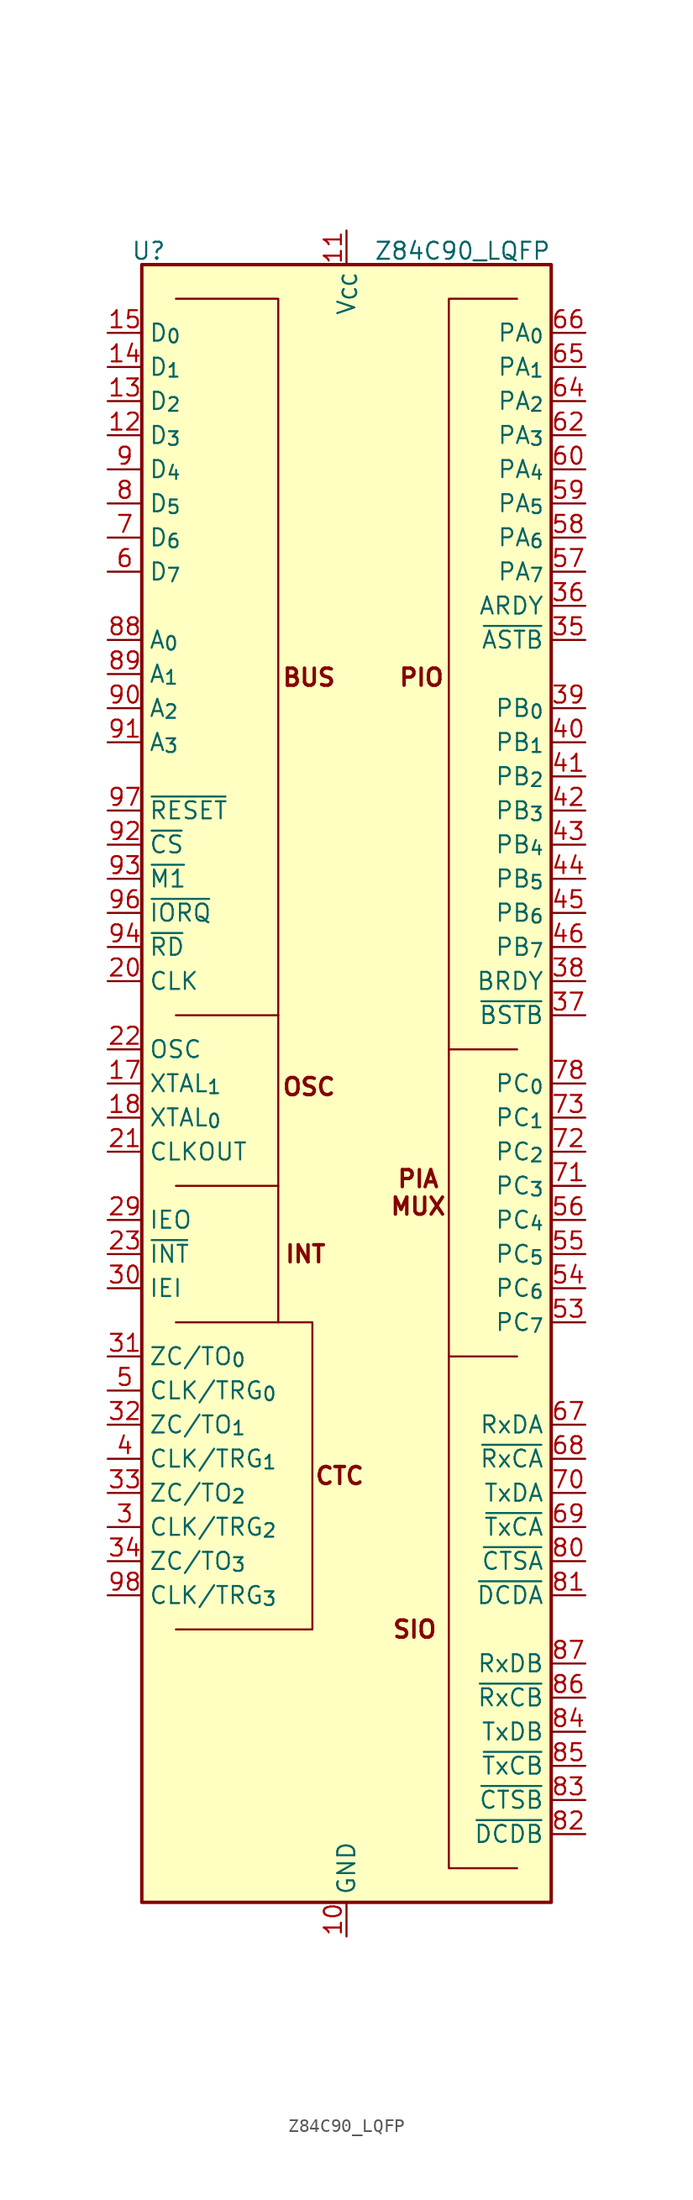
<source format=kicad_sym>
(kicad_symbol_lib
  (version 20241209)
  (generator "kicad_symbol_editor")
  (generator_version "9.0")
  (symbol "Z84C90_LQFP"
    (property "Reference" "U"
      (at -14.732 61.976 0)
      (effects (font (size 1.27 1.27))))
    (property "Value" "Z84C90_LQFP"
      (at 15.24 61.976 0)
      (effects (font (size 1.27 1.27)) (justify right)))
    (symbol "Z84C90_LQFP_0_1"
      (polyline (pts (xy -12.7 -7.62) (xy -5.08 -7.62) (xy -5.08 5.08) (xy -12.7 5.08)) (stroke (width 0) (type default)) (fill (type none)))
      (polyline (pts (xy -5.08 5.08) (xy -5.08 58.42) (xy -12.7 58.42)) (stroke (width 0) (type default)) (fill (type none)))
      (polyline (pts (xy -5.08 -7.62) (xy -5.08 -17.78) (xy -12.7 -17.78)) (stroke (width 0) (type default)) (fill (type none)))
      (polyline (pts (xy -5.08 -17.78) (xy -2.54 -17.78) (xy -2.54 -40.64) (xy -12.7 -40.64)) (stroke (width 0) (type default)) (fill (type none)))
      (polyline (pts (xy 7.62 2.54) (xy 7.62 -20.32) (xy 12.7 -20.32)) (stroke (width 0) (type default)) (fill (type none)))
      (polyline (pts (xy 7.62 -20.32) (xy 7.62 -58.42) (xy 12.7 -58.42)) (stroke (width 0) (type default)) (fill (type none)))
      (polyline (pts (xy 12.7 58.42) (xy 7.62 58.42) (xy 7.62 2.54) (xy 12.7 2.54)) (stroke (width 0) (type default)) (fill (type none))))
    (symbol "Z84C90_LQFP_1_1"
      (rectangle (start -15.24 60.96) (end 15.24 -60.96) (stroke (width 0.254) (type default)) (fill (type background)))
      (text "INT" (at -3.048 -12.7 0) (effects (font (size 1.27 1.27) (thickness 0.254) (bold yes))))
      (text "BUS" (at -2.794 30.226 0) (effects (font (size 1.27 1.27) (thickness 0.254) (bold yes))))
      (text "OSC" (at -2.794 -0.254 0) (effects (font (size 1.27 1.27) (thickness 0.254) (bold yes))))
      (text "CTC" (at -0.508 -29.21 0) (effects (font (size 1.27 1.27) (thickness 0.254) (bold yes))))
      (text "SIO" (at 5.08 -40.64 0) (effects (font (size 1.27 1.27) (thickness 0.254) (bold yes))))
      (text "PIA\nMUX" (at 5.334 -8.128 0) (effects (font (size 1.27 1.27) (thickness 0.254) (bold yes))))
      (text "PIO" (at 5.588 30.226 0) (effects (font (size 1.27 1.27) (thickness 0.254) (bold yes))))
      (pin bidirectional line (at -17.78 55.88 0) (length 2.54) (name "D_{0}" (effects (font (size 1.27 1.27)))) (number "15" (effects (font (size 1.27 1.27)))))
      (pin bidirectional line (at -17.78 53.34 0) (length 2.54) (name "D_{1}" (effects (font (size 1.27 1.27)))) (number "14" (effects (font (size 1.27 1.27)))))
      (pin bidirectional line (at -17.78 50.8 0) (length 2.54) (name "D_{2}" (effects (font (size 1.27 1.27)))) (number "13" (effects (font (size 1.27 1.27)))))
      (pin bidirectional line (at -17.78 48.26 0) (length 2.54) (name "D_{3}" (effects (font (size 1.27 1.27)))) (number "12" (effects (font (size 1.27 1.27)))))
      (pin bidirectional line (at -17.78 45.72 0) (length 2.54) (name "D_{4}" (effects (font (size 1.27 1.27)))) (number "9" (effects (font (size 1.27 1.27)))))
      (pin bidirectional line (at -17.78 43.18 0) (length 2.54) (name "D_{5}" (effects (font (size 1.27 1.27)))) (number "8" (effects (font (size 1.27 1.27)))))
      (pin bidirectional line (at -17.78 40.64 0) (length 2.54) (name "D_{6}" (effects (font (size 1.27 1.27)))) (number "7" (effects (font (size 1.27 1.27)))))
      (pin bidirectional line (at -17.78 38.1 0) (length 2.54) (name "D_{7}" (effects (font (size 1.27 1.27)))) (number "6" (effects (font (size 1.27 1.27)))))
      (pin bidirectional line (at -17.78 33.02 0) (length 2.54) (name "A_{0}" (effects (font (size 1.27 1.27)))) (number "88" (effects (font (size 1.27 1.27)))))
      (pin bidirectional line (at -17.78 30.48 0) (length 2.54) (name "A_{1}" (effects (font (size 1.27 1.27)))) (number "89" (effects (font (size 1.27 1.27)))))
      (pin bidirectional line (at -17.78 27.94 0) (length 2.54) (name "A_{2}" (effects (font (size 1.27 1.27)))) (number "90" (effects (font (size 1.27 1.27)))))
      (pin bidirectional line (at -17.78 25.4 0) (length 2.54) (name "A_{3}" (effects (font (size 1.27 1.27)))) (number "91" (effects (font (size 1.27 1.27)))))
      (pin input line (at -17.78 20.32 0) (length 2.54) (name "~{RESET}" (effects (font (size 1.27 1.27)))) (number "97" (effects (font (size 1.27 1.27)))))
      (pin input line (at -17.78 17.78 0) (length 2.54) (name "~{CS}" (effects (font (size 1.27 1.27)))) (number "92" (effects (font (size 1.27 1.27)))))
      (pin input line (at -17.78 15.24 0) (length 2.54) (name "~{M1}" (effects (font (size 1.27 1.27)))) (number "93" (effects (font (size 1.27 1.27)))))
      (pin input line (at -17.78 12.7 0) (length 2.54) (name "~{IORQ}" (effects (font (size 1.27 1.27)))) (number "96" (effects (font (size 1.27 1.27)))))
      (pin input line (at -17.78 10.16 0) (length 2.54) (name "~{RD}" (effects (font (size 1.27 1.27)))) (number "94" (effects (font (size 1.27 1.27)))))
      (pin input line (at -17.78 7.62 0) (length 2.54) (name "CLK" (effects (font (size 1.27 1.27)))) (number "20" (effects (font (size 1.27 1.27)))))
      (pin output line (at -17.78 2.54 0) (length 2.54) (name "OSC" (effects (font (size 1.27 1.27)))) (number "22" (effects (font (size 1.27 1.27)))))
      (pin input line (at -17.78 0 0) (length 2.54) (name "XTAL_{1}" (effects (font (size 1.27 1.27)))) (number "17" (effects (font (size 1.27 1.27)))))
      (pin output line (at -17.78 -2.54 0) (length 2.54) (name "XTAL_{0}" (effects (font (size 1.27 1.27)))) (number "18" (effects (font (size 1.27 1.27)))))
      (pin output line (at -17.78 -5.08 0) (length 2.54) (name "CLKOUT" (effects (font (size 1.27 1.27)))) (number "21" (effects (font (size 1.27 1.27)))))
      (pin output line (at -17.78 -10.16 0) (length 2.54) (name "IEO" (effects (font (size 1.27 1.27)))) (number "29" (effects (font (size 1.27 1.27)))))
      (pin output line (at -17.78 -12.7 0) (length 2.54) (name "~{INT}" (effects (font (size 1.27 1.27)))) (number "23" (effects (font (size 1.27 1.27)))))
      (pin input line (at -17.78 -15.24 0) (length 2.54) (name "IEI" (effects (font (size 1.27 1.27)))) (number "30" (effects (font (size 1.27 1.27)))))
      (pin output line (at -17.78 -20.32 0) (length 2.54) (name "ZC/TO_{0}" (effects (font (size 1.27 1.27)))) (number "31" (effects (font (size 1.27 1.27)))))
      (pin input line (at -17.78 -22.86 0) (length 2.54) (name "CLK/TRG_{0}" (effects (font (size 1.27 1.27)))) (number "5" (effects (font (size 1.27 1.27)))))
      (pin output line (at -17.78 -25.4 0) (length 2.54) (name "ZC/TO_{1}" (effects (font (size 1.27 1.27)))) (number "32" (effects (font (size 1.27 1.27)))))
      (pin input line (at -17.78 -27.94 0) (length 2.54) (name "CLK/TRG_{1}" (effects (font (size 1.27 1.27)))) (number "4" (effects (font (size 1.27 1.27)))))
      (pin output line (at -17.78 -30.48 0) (length 2.54) (name "ZC/TO_{2}" (effects (font (size 1.27 1.27)))) (number "33" (effects (font (size 1.27 1.27)))))
      (pin input line (at -17.78 -33.02 0) (length 2.54) (name "CLK/TRG_{2}" (effects (font (size 1.27 1.27)))) (number "3" (effects (font (size 1.27 1.27)))))
      (pin output line (at -17.78 -35.56 0) (length 2.54) (name "ZC/TO_{3}" (effects (font (size 1.27 1.27)))) (number "34" (effects (font (size 1.27 1.27)))))
      (pin input line (at -17.78 -38.1 0) (length 2.54) (name "CLK/TRG_{3}" (effects (font (size 1.27 1.27)))) (number "98" (effects (font (size 1.27 1.27)))))
      (pin no_connect line (at -17.78 -40.64 0) (length 2.54) (hide yes) (name "NC" (effects (font (size 1.27 1.27)))) (number "1" (effects (font (size 1.27 1.27)))))
      (pin no_connect line (at -17.78 -43.18 0) (length 2.54) (hide yes) (name "NC" (effects (font (size 1.27 1.27)))) (number "2" (effects (font (size 1.27 1.27)))))
      (pin no_connect line (at -17.78 -45.72 0) (length 2.54) (hide yes) (name "NC" (effects (font (size 1.27 1.27)))) (number "24" (effects (font (size 1.27 1.27)))))
      (pin no_connect line (at -17.78 -48.26 0) (length 2.54) (hide yes) (name "NC" (effects (font (size 1.27 1.27)))) (number "25" (effects (font (size 1.27 1.27)))))
      (pin no_connect line (at -17.78 -50.8 0) (length 2.54) (hide yes) (name "NC" (effects (font (size 1.27 1.27)))) (number "26" (effects (font (size 1.27 1.27)))))
      (pin no_connect line (at -17.78 -53.34 0) (length 2.54) (hide yes) (name "NC" (effects (font (size 1.27 1.27)))) (number "27" (effects (font (size 1.27 1.27)))))
      (pin no_connect line (at -17.78 -55.88 0) (length 2.54) (hide yes) (name "NC" (effects (font (size 1.27 1.27)))) (number "49" (effects (font (size 1.27 1.27)))))
      (pin no_connect line (at -17.78 -58.42 0) (length 2.54) (hide yes) (name "NC" (effects (font (size 1.27 1.27)))) (number "50" (effects (font (size 1.27 1.27)))))
      (pin no_connect line (at -12.7 -63.5 90) (length 2.54) (hide yes) (name "NC" (effects (font (size 1.27 1.27)))) (number "51" (effects (font (size 1.27 1.27)))))
      (pin no_connect line (at -10.16 -63.5 90) (length 2.54) (hide yes) (name "NC" (effects (font (size 1.27 1.27)))) (number "52" (effects (font (size 1.27 1.27)))))
      (pin no_connect line (at -7.62 -63.5 90) (length 2.54) (hide yes) (name "NC" (effects (font (size 1.27 1.27)))) (number "74" (effects (font (size 1.27 1.27)))))
      (pin no_connect line (at -5.08 -63.5 90) (length 2.54) (hide yes) (name "NC" (effects (font (size 1.27 1.27)))) (number "75" (effects (font (size 1.27 1.27)))))
      (pin no_connect line (at -2.54 -63.5 90) (length 2.54) (hide yes) (name "NC" (effects (font (size 1.27 1.27)))) (number "76" (effects (font (size 1.27 1.27)))))
      (pin power_in line (at 0 63.5 270) (length 2.54) (name "V_{CC}" (effects (font (size 1.27 1.27)))) (number "11" (effects (font (size 1.27 1.27)))))
      (pin passive line (at 0 63.5 270) (length 2.54) (hide yes) (name "V_{CC}" (effects (font (size 1.27 1.27)))) (number "16" (effects (font (size 1.27 1.27)))))
      (pin passive line (at 0 63.5 270) (length 2.54) (hide yes) (name "V_{CC}" (effects (font (size 1.27 1.27)))) (number "28" (effects (font (size 1.27 1.27)))))
      (pin passive line (at 0 63.5 270) (length 2.54) (hide yes) (name "V_{CC}" (effects (font (size 1.27 1.27)))) (number "63" (effects (font (size 1.27 1.27)))))
      (pin passive line (at 0 63.5 270) (length 2.54) (hide yes) (name "V_{CC}" (effects (font (size 1.27 1.27)))) (number "95" (effects (font (size 1.27 1.27)))))
      (pin power_in line (at 0 -63.5 90) (length 2.54) (name "GND" (effects (font (size 1.27 1.27)))) (number "10" (effects (font (size 1.27 1.27)))))
      (pin passive line (at 0 -63.5 90) (length 2.54) (hide yes) (name "GND" (effects (font (size 1.27 1.27)))) (number "19" (effects (font (size 1.27 1.27)))))
      (pin passive line (at 0 -63.5 90) (length 2.54) (hide yes) (name "GND" (effects (font (size 1.27 1.27)))) (number "47" (effects (font (size 1.27 1.27)))))
      (pin passive line (at 0 -63.5 90) (length 2.54) (hide yes) (name "GND" (effects (font (size 1.27 1.27)))) (number "48" (effects (font (size 1.27 1.27)))))
      (pin passive line (at 0 -63.5 90) (length 2.54) (hide yes) (name "GND" (effects (font (size 1.27 1.27)))) (number "61" (effects (font (size 1.27 1.27)))))
      (pin passive line (at 0 -63.5 90) (length 2.54) (hide yes) (name "GND" (effects (font (size 1.27 1.27)))) (number "79" (effects (font (size 1.27 1.27)))))
      (pin no_connect line (at 2.54 -63.5 90) (length 2.54) (hide yes) (name "NC" (effects (font (size 1.27 1.27)))) (number "77" (effects (font (size 1.27 1.27)))))
      (pin no_connect line (at 5.08 -63.5 90) (length 2.54) (hide yes) (name "NC" (effects (font (size 1.27 1.27)))) (number "99" (effects (font (size 1.27 1.27)))))
      (pin no_connect line (at 7.62 -63.5 90) (length 2.54) (hide yes) (name "NC" (effects (font (size 1.27 1.27)))) (number "100" (effects (font (size 1.27 1.27)))))
      (pin bidirectional line (at 17.78 55.88 180) (length 2.54) (name "PA_{0}" (effects (font (size 1.27 1.27)))) (number "66" (effects (font (size 1.27 1.27)))))
      (pin bidirectional line (at 17.78 53.34 180) (length 2.54) (name "PA_{1}" (effects (font (size 1.27 1.27)))) (number "65" (effects (font (size 1.27 1.27)))))
      (pin bidirectional line (at 17.78 50.8 180) (length 2.54) (name "PA_{2}" (effects (font (size 1.27 1.27)))) (number "64" (effects (font (size 1.27 1.27)))))
      (pin bidirectional line (at 17.78 48.26 180) (length 2.54) (name "PA_{3}" (effects (font (size 1.27 1.27)))) (number "62" (effects (font (size 1.27 1.27)))))
      (pin bidirectional line (at 17.78 45.72 180) (length 2.54) (name "PA_{4}" (effects (font (size 1.27 1.27)))) (number "60" (effects (font (size 1.27 1.27)))))
      (pin bidirectional line (at 17.78 43.18 180) (length 2.54) (name "PA_{5}" (effects (font (size 1.27 1.27)))) (number "59" (effects (font (size 1.27 1.27)))))
      (pin bidirectional line (at 17.78 40.64 180) (length 2.54) (name "PA_{6}" (effects (font (size 1.27 1.27)))) (number "58" (effects (font (size 1.27 1.27)))))
      (pin bidirectional line (at 17.78 38.1 180) (length 2.54) (name "PA_{7}" (effects (font (size 1.27 1.27)))) (number "57" (effects (font (size 1.27 1.27)))))
      (pin output line (at 17.78 35.56 180) (length 2.54) (name "ARDY" (effects (font (size 1.27 1.27)))) (number "36" (effects (font (size 1.27 1.27)))))
      (pin input line (at 17.78 33.02 180) (length 2.54) (name "~{ASTB}" (effects (font (size 1.27 1.27)))) (number "35" (effects (font (size 1.27 1.27)))))
      (pin bidirectional line (at 17.78 27.94 180) (length 2.54) (name "PB_{0}" (effects (font (size 1.27 1.27)))) (number "39" (effects (font (size 1.27 1.27)))))
      (pin bidirectional line (at 17.78 25.4 180) (length 2.54) (name "PB_{1}" (effects (font (size 1.27 1.27)))) (number "40" (effects (font (size 1.27 1.27)))))
      (pin bidirectional line (at 17.78 22.86 180) (length 2.54) (name "PB_{2}" (effects (font (size 1.27 1.27)))) (number "41" (effects (font (size 1.27 1.27)))))
      (pin bidirectional line (at 17.78 20.32 180) (length 2.54) (name "PB_{3}" (effects (font (size 1.27 1.27)))) (number "42" (effects (font (size 1.27 1.27)))))
      (pin bidirectional line (at 17.78 17.78 180) (length 2.54) (name "PB_{4}" (effects (font (size 1.27 1.27)))) (number "43" (effects (font (size 1.27 1.27)))))
      (pin bidirectional line (at 17.78 15.24 180) (length 2.54) (name "PB_{5}" (effects (font (size 1.27 1.27)))) (number "44" (effects (font (size 1.27 1.27)))))
      (pin bidirectional line (at 17.78 12.7 180) (length 2.54) (name "PB_{6}" (effects (font (size 1.27 1.27)))) (number "45" (effects (font (size 1.27 1.27)))))
      (pin bidirectional line (at 17.78 10.16 180) (length 2.54) (name "PB_{7}" (effects (font (size 1.27 1.27)))) (number "46" (effects (font (size 1.27 1.27)))))
      (pin output line (at 17.78 7.62 180) (length 2.54) (name "BRDY" (effects (font (size 1.27 1.27)))) (number "38" (effects (font (size 1.27 1.27)))))
      (pin input line (at 17.78 5.08 180) (length 2.54) (name "~{BSTB}" (effects (font (size 1.27 1.27)))) (number "37" (effects (font (size 1.27 1.27)))))
      (pin bidirectional line (at 17.78 0 180) (length 2.54) (name "PC_{0}" (effects (font (size 1.27 1.27)))) (number "78" (effects (font (size 1.27 1.27)))))
      (pin bidirectional line (at 17.78 -2.54 180) (length 2.54) (name "PC_{1}" (effects (font (size 1.27 1.27)))) (number "73" (effects (font (size 1.27 1.27)))))
      (pin bidirectional line (at 17.78 -5.08 180) (length 2.54) (name "PC_{2}" (effects (font (size 1.27 1.27)))) (number "72" (effects (font (size 1.27 1.27)))))
      (pin bidirectional line (at 17.78 -7.62 180) (length 2.54) (name "PC_{3}" (effects (font (size 1.27 1.27)))) (number "71" (effects (font (size 1.27 1.27)))))
      (pin bidirectional line (at 17.78 -10.16 180) (length 2.54) (name "PC_{4}" (effects (font (size 1.27 1.27)))) (number "56" (effects (font (size 1.27 1.27)))))
      (pin bidirectional line (at 17.78 -12.7 180) (length 2.54) (name "PC_{5}" (effects (font (size 1.27 1.27)))) (number "55" (effects (font (size 1.27 1.27)))))
      (pin bidirectional line (at 17.78 -15.24 180) (length 2.54) (name "PC_{6}" (effects (font (size 1.27 1.27)))) (number "54" (effects (font (size 1.27 1.27)))))
      (pin bidirectional line (at 17.78 -17.78 180) (length 2.54) (name "PC_{7}" (effects (font (size 1.27 1.27)))) (number "53" (effects (font (size 1.27 1.27)))))
      (pin input line (at 17.78 -25.4 180) (length 2.54) (name "RxDA" (effects (font (size 1.27 1.27)))) (number "67" (effects (font (size 1.27 1.27)))))
      (pin input line (at 17.78 -27.94 180) (length 2.54) (name "~{RxCA}" (effects (font (size 1.27 1.27)))) (number "68" (effects (font (size 1.27 1.27)))))
      (pin output line (at 17.78 -30.48 180) (length 2.54) (name "TxDA" (effects (font (size 1.27 1.27)))) (number "70" (effects (font (size 1.27 1.27)))))
      (pin input line (at 17.78 -33.02 180) (length 2.54) (name "~{TxCA}" (effects (font (size 1.27 1.27)))) (number "69" (effects (font (size 1.27 1.27)))))
      (pin input line (at 17.78 -35.56 180) (length 2.54) (name "~{CTSA}" (effects (font (size 1.27 1.27)))) (number "80" (effects (font (size 1.27 1.27)))))
      (pin input line (at 17.78 -38.1 180) (length 2.54) (name "~{DCDA}" (effects (font (size 1.27 1.27)))) (number "81" (effects (font (size 1.27 1.27)))))
      (pin input line (at 17.78 -43.18 180) (length 2.54) (name "RxDB" (effects (font (size 1.27 1.27)))) (number "87" (effects (font (size 1.27 1.27)))))
      (pin input line (at 17.78 -45.72 180) (length 2.54) (name "~{RxCB}" (effects (font (size 1.27 1.27)))) (number "86" (effects (font (size 1.27 1.27)))))
      (pin output line (at 17.78 -48.26 180) (length 2.54) (name "TxDB" (effects (font (size 1.27 1.27)))) (number "84" (effects (font (size 1.27 1.27)))))
      (pin input line (at 17.78 -50.8 180) (length 2.54) (name "~{TxCB}" (effects (font (size 1.27 1.27)))) (number "85" (effects (font (size 1.27 1.27)))))
      (pin input line (at 17.78 -53.34 180) (length 2.54) (name "~{CTSB}" (effects (font (size 1.27 1.27)))) (number "83" (effects (font (size 1.27 1.27)))))
      (pin input line (at 17.78 -55.88 180) (length 2.54) (name "~{DCDB}" (effects (font (size 1.27 1.27)))) (number "82" (effects (font (size 1.27 1.27))))))))
</source>
